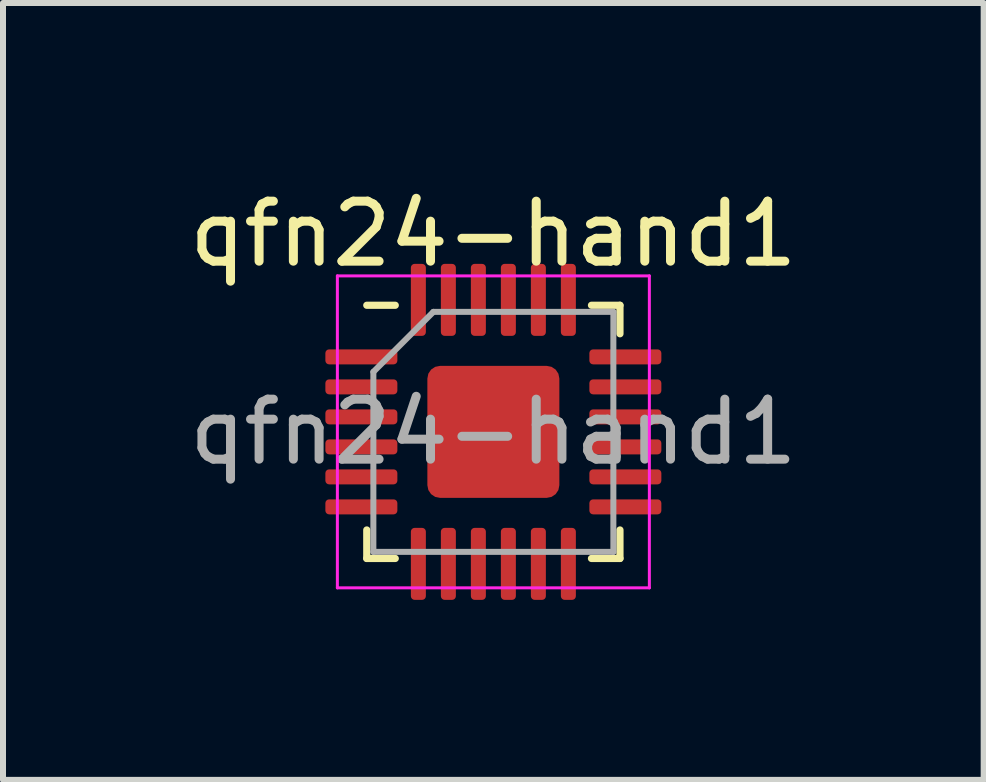
<source format=kicad_pcb>
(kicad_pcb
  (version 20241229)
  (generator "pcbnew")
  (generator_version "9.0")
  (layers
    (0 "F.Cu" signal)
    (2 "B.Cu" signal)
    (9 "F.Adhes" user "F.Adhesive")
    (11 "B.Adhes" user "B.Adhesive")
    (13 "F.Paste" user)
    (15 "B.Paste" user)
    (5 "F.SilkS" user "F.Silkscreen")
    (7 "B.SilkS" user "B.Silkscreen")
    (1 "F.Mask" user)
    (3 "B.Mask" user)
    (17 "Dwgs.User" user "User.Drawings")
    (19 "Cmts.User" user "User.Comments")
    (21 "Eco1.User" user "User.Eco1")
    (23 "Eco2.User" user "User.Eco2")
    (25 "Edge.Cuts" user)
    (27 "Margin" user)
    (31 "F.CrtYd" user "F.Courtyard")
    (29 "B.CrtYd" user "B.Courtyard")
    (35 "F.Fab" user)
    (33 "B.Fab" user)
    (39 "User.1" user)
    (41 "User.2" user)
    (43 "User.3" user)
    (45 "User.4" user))
  (footprint "qfn24-hand1"
    (layer "F.Cu")
    (at 5.173 4.148)
    (property "Reference" "qfn24-hand1" (at 0 -3.3 0) (layer "F.SilkS") (effects (font (size 1 1) (thickness 0.15))))
    (attr smd)
    (fp_line (start -2.11 2.11) (end -2.11 1.635) (stroke (width 0.12) (type solid)) (layer "F.SilkS"))
    (fp_line (start -1.635 -2.11) (end -2.11 -2.11) (stroke (width 0.12) (type solid)) (layer "F.SilkS"))
    (fp_line (start -1.635 2.11) (end -2.11 2.11) (stroke (width 0.12) (type solid)) (layer "F.SilkS"))
    (fp_line (start 1.635 -2.11) (end 2.11 -2.11) (stroke (width 0.12) (type solid)) (layer "F.SilkS"))
    (fp_line (start 1.635 2.11) (end 2.11 2.11) (stroke (width 0.12) (type solid)) (layer "F.SilkS"))
    (fp_line (start 2.11 -2.11) (end 2.11 -1.635) (stroke (width 0.12) (type solid)) (layer "F.SilkS"))
    (fp_line (start 2.11 2.11) (end 2.11 1.635) (stroke (width 0.12) (type solid)) (layer "F.SilkS"))
    (fp_line (start -2.6 -2.6) (end -2.6 2.6) (stroke (width 0.05) (type solid)) (layer "F.CrtYd"))
    (fp_line (start -2.6 2.6) (end 2.6 2.6) (stroke (width 0.05) (type solid)) (layer "F.CrtYd"))
    (fp_line (start 2.6 -2.6) (end -2.6 -2.6) (stroke (width 0.05) (type solid)) (layer "F.CrtYd"))
    (fp_line (start 2.6 2.6) (end 2.6 -2.6) (stroke (width 0.05) (type solid)) (layer "F.CrtYd"))
    (fp_line (start -2 -1) (end -1 -2) (stroke (width 0.1) (type solid)) (layer "F.Fab"))
    (fp_line (start -2 2) (end -2 -1) (stroke (width 0.1) (type solid)) (layer "F.Fab"))
    (fp_line (start -1 -2) (end 2 -2) (stroke (width 0.1) (type solid)) (layer "F.Fab"))
    (fp_line (start 2 -2) (end 2 2) (stroke (width 0.1) (type solid)) (layer "F.Fab"))
    (fp_line (start 2 2) (end -2 2) (stroke (width 0.1) (type solid)) (layer "F.Fab"))
    (fp_text user "${REFERENCE}" (at 0 0 0) (layer "F.Fab") (effects (font (size 1 1) (thickness 0.15))))
    (pad "" smd roundrect (at -0.65 -0.65) (size 0.8 0.8) (layers "F.Paste") (roundrect_rratio 0.238))
    (pad "" smd roundrect (at -0.65 0.65) (size 0.8 0.8) (layers "F.Paste") (roundrect_rratio 0.238))
    (pad "" smd roundrect (at 0.65 -0.65) (size 0.8 0.8) (layers "F.Paste") (roundrect_rratio 0.238))
    (pad "" smd roundrect (at 0.65 0.65) (size 0.8 0.8) (layers "F.Paste") (roundrect_rratio 0.238))
    (pad "1" smd roundrect (at -2.2 -1.25) (size 1.2 0.25) (layers "F.Cu" "F.Mask" "F.Paste") (roundrect_rratio 0.25))
    (pad "2" smd roundrect (at -2.2 -0.75) (size 1.2 0.25) (layers "F.Cu" "F.Mask" "F.Paste") (roundrect_rratio 0.25))
    (pad "3" smd roundrect (at -2.2 -0.25) (size 1.2 0.25) (layers "F.Cu" "F.Mask" "F.Paste") (roundrect_rratio 0.25))
    (pad "4" smd roundrect (at -2.2 0.25) (size 1.2 0.25) (layers "F.Cu" "F.Mask" "F.Paste") (roundrect_rratio 0.25))
    (pad "5" smd roundrect (at -2.2 0.75) (size 1.2 0.25) (layers "F.Cu" "F.Mask" "F.Paste") (roundrect_rratio 0.25))
    (pad "6" smd roundrect (at -2.2 1.25) (size 1.2 0.25) (layers "F.Cu" "F.Mask" "F.Paste") (roundrect_rratio 0.25))
    (pad "7" smd roundrect (at -1.25 2.2) (size 0.25 1.2) (layers "F.Cu" "F.Mask" "F.Paste") (roundrect_rratio 0.25))
    (pad "8" smd roundrect (at -0.75 2.2) (size 0.25 1.2) (layers "F.Cu" "F.Mask" "F.Paste") (roundrect_rratio 0.25))
    (pad "9" smd roundrect (at -0.25 2.2) (size 0.25 1.2) (layers "F.Cu" "F.Mask" "F.Paste") (roundrect_rratio 0.25))
    (pad "10" smd roundrect (at 0.25 2.2) (size 0.25 1.2) (layers "F.Cu" "F.Mask" "F.Paste") (roundrect_rratio 0.25))
    (pad "11" smd roundrect (at 0.75 2.2) (size 0.25 1.2) (layers "F.Cu" "F.Mask" "F.Paste") (roundrect_rratio 0.25))
    (pad "12" smd roundrect (at 1.25 2.2) (size 0.25 1.2) (layers "F.Cu" "F.Mask" "F.Paste") (roundrect_rratio 0.25))
    (pad "13" smd roundrect (at 2.2 1.25) (size 1.2 0.25) (layers "F.Cu" "F.Mask" "F.Paste") (roundrect_rratio 0.25))
    (pad "14" smd roundrect (at 2.2 0.75) (size 1.2 0.25) (layers "F.Cu" "F.Mask" "F.Paste") (roundrect_rratio 0.25))
    (pad "15" smd roundrect (at 2.2 0.25) (size 1.2 0.25) (layers "F.Cu" "F.Mask" "F.Paste") (roundrect_rratio 0.25))
    (pad "16" smd roundrect (at 2.2 -0.25) (size 1.2 0.25) (layers "F.Cu" "F.Mask" "F.Paste") (roundrect_rratio 0.25))
    (pad "17" smd roundrect (at 2.2 -0.75) (size 1.2 0.25) (layers "F.Cu" "F.Mask" "F.Paste") (roundrect_rratio 0.25))
    (pad "18" smd roundrect (at 2.2 -1.25) (size 1.2 0.25) (layers "F.Cu" "F.Mask" "F.Paste") (roundrect_rratio 0.25))
    (pad "19" smd roundrect (at 1.25 -2.2) (size 0.25 1.2) (layers "F.Cu" "F.Mask" "F.Paste") (roundrect_rratio 0.25))
    (pad "20" smd roundrect (at 0.75 -2.2) (size 0.25 1.2) (layers "F.Cu" "F.Mask" "F.Paste") (roundrect_rratio 0.25))
    (pad "21" smd roundrect (at 0.25 -2.2) (size 0.25 1.2) (layers "F.Cu" "F.Mask" "F.Paste") (roundrect_rratio 0.25))
    (pad "22" smd roundrect (at -0.25 -2.2) (size 0.25 1.2) (layers "F.Cu" "F.Mask" "F.Paste") (roundrect_rratio 0.25))
    (pad "23" smd roundrect (at -0.75 -2.2) (size 0.25 1.2) (layers "F.Cu" "F.Mask" "F.Paste") (roundrect_rratio 0.25))
    (pad "24" smd roundrect (at -1.25 -2.2) (size 0.25 1.2) (layers "F.Cu" "F.Mask" "F.Paste") (roundrect_rratio 0.25))
    (pad "25" smd roundrect (at 0 0) (size 2.2 2.2) (layers "F.Cu" "F.Mask") (roundrect_rratio 0.096)))
  (gr_rect
    (start -3 -3)
    (end 13.345 9.948)
    (stroke (width 0.1) (type default))
    (fill no)
    (layer "Edge.Cuts")))
</source>
